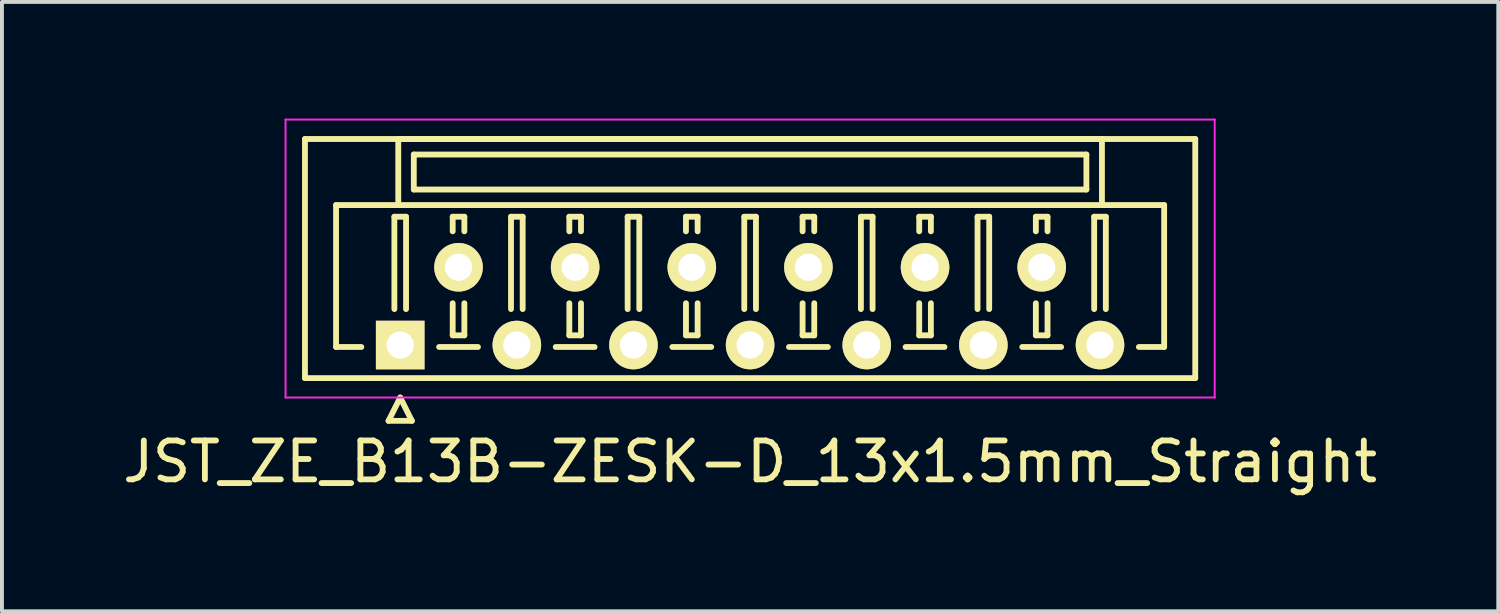
<source format=kicad_pcb>
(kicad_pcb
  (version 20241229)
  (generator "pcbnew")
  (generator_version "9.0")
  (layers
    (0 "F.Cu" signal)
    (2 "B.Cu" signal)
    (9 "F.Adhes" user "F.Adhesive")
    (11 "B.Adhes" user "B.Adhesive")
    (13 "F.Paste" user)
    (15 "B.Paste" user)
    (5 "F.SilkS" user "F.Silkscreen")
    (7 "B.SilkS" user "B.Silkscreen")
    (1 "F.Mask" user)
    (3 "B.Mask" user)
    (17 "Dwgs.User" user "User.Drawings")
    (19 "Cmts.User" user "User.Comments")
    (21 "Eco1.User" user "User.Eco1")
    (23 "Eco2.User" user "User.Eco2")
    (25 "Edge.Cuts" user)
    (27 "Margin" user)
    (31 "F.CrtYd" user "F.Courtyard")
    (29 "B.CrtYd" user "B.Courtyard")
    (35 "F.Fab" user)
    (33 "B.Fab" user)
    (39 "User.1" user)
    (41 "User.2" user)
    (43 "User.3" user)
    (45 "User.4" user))
  (footprint "JST_ZE_B13B-ZESK-D_13x1.5mm_Straight"
    (layer "F.Cu")
    (at 7.244 5.825)
    (property "Reference" "JST_ZE_B13B-ZESK-D_13x1.5mm_Straight" (at 9 3 0) (layer "F.SilkS") (effects (font (size 1 1) (thickness 0.15))))
    (attr through_hole)
    (fp_line (start -2.45 -5.3) (end -2.45 0.85) (stroke (width 0.15) (type solid)) (layer "F.SilkS"))
    (fp_line (start -2.45 0.85) (end 20.45 0.85) (stroke (width 0.15) (type solid)) (layer "F.SilkS"))
    (fp_line (start -1.65 -3.6) (end -1.65 0.05) (stroke (width 0.15) (type solid)) (layer "F.SilkS"))
    (fp_line (start -1.65 0.05) (end -1 0.05) (stroke (width 0.15) (type solid)) (layer "F.SilkS"))
    (fp_line (start -0.3 1.95) (end 0 1.35) (stroke (width 0.15) (type solid)) (layer "F.SilkS"))
    (fp_line (start -0.15 -3.3) (end 0.15 -3.3) (stroke (width 0.15) (type solid)) (layer "F.SilkS"))
    (fp_line (start -0.15 -0.925) (end -0.15 -3.3) (stroke (width 0.15) (type solid)) (layer "F.SilkS"))
    (fp_line (start -0.05 -5.3) (end -0.05 -3.6) (stroke (width 0.15) (type solid)) (layer "F.SilkS"))
    (fp_line (start -0.05 -3.6) (end -1.65 -3.6) (stroke (width 0.15) (type solid)) (layer "F.SilkS"))
    (fp_line (start -0.05 -3.6) (end 18.05 -3.6) (stroke (width 0.15) (type solid)) (layer "F.SilkS"))
    (fp_line (start 0 1.35) (end 0.3 1.95) (stroke (width 0.15) (type solid)) (layer "F.SilkS"))
    (fp_line (start 0.15 -3.3) (end 0.15 -0.925) (stroke (width 0.15) (type solid)) (layer "F.SilkS"))
    (fp_line (start 0.3 1.95) (end -0.3 1.95) (stroke (width 0.15) (type solid)) (layer "F.SilkS"))
    (fp_line (start 0.35 -4.9) (end 0.35 -4) (stroke (width 0.15) (type solid)) (layer "F.SilkS"))
    (fp_line (start 0.35 -4) (end 17.65 -4) (stroke (width 0.15) (type solid)) (layer "F.SilkS"))
    (fp_line (start 1 0.05) (end 2 0.05) (stroke (width 0.15) (type solid)) (layer "F.SilkS"))
    (fp_line (start 1.35 -3.3) (end 1.65 -3.3) (stroke (width 0.15) (type solid)) (layer "F.SilkS"))
    (fp_line (start 1.35 -2.925) (end 1.35 -3.3) (stroke (width 0.15) (type solid)) (layer "F.SilkS"))
    (fp_line (start 1.35 -1.075) (end 1.35 -0.25) (stroke (width 0.15) (type solid)) (layer "F.SilkS"))
    (fp_line (start 1.35 -0.25) (end 1.65 -0.25) (stroke (width 0.15) (type solid)) (layer "F.SilkS"))
    (fp_line (start 1.65 -3.3) (end 1.65 -2.925) (stroke (width 0.15) (type solid)) (layer "F.SilkS"))
    (fp_line (start 1.65 -0.25) (end 1.65 -1.075) (stroke (width 0.15) (type solid)) (layer "F.SilkS"))
    (fp_line (start 2.85 -3.3) (end 3.15 -3.3) (stroke (width 0.15) (type solid)) (layer "F.SilkS"))
    (fp_line (start 2.85 -0.925) (end 2.85 -3.3) (stroke (width 0.15) (type solid)) (layer "F.SilkS"))
    (fp_line (start 3.15 -3.3) (end 3.15 -0.925) (stroke (width 0.15) (type solid)) (layer "F.SilkS"))
    (fp_line (start 4 0.05) (end 5 0.05) (stroke (width 0.15) (type solid)) (layer "F.SilkS"))
    (fp_line (start 4.35 -3.3) (end 4.65 -3.3) (stroke (width 0.15) (type solid)) (layer "F.SilkS"))
    (fp_line (start 4.35 -2.925) (end 4.35 -3.3) (stroke (width 0.15) (type solid)) (layer "F.SilkS"))
    (fp_line (start 4.35 -1.075) (end 4.35 -0.25) (stroke (width 0.15) (type solid)) (layer "F.SilkS"))
    (fp_line (start 4.35 -0.25) (end 4.65 -0.25) (stroke (width 0.15) (type solid)) (layer "F.SilkS"))
    (fp_line (start 4.65 -3.3) (end 4.65 -2.925) (stroke (width 0.15) (type solid)) (layer "F.SilkS"))
    (fp_line (start 4.65 -0.25) (end 4.65 -1.075) (stroke (width 0.15) (type solid)) (layer "F.SilkS"))
    (fp_line (start 5.85 -3.3) (end 6.15 -3.3) (stroke (width 0.15) (type solid)) (layer "F.SilkS"))
    (fp_line (start 5.85 -0.925) (end 5.85 -3.3) (stroke (width 0.15) (type solid)) (layer "F.SilkS"))
    (fp_line (start 6.15 -3.3) (end 6.15 -0.925) (stroke (width 0.15) (type solid)) (layer "F.SilkS"))
    (fp_line (start 7 0.05) (end 8 0.05) (stroke (width 0.15) (type solid)) (layer "F.SilkS"))
    (fp_line (start 7.35 -3.3) (end 7.65 -3.3) (stroke (width 0.15) (type solid)) (layer "F.SilkS"))
    (fp_line (start 7.35 -2.925) (end 7.35 -3.3) (stroke (width 0.15) (type solid)) (layer "F.SilkS"))
    (fp_line (start 7.35 -1.075) (end 7.35 -0.25) (stroke (width 0.15) (type solid)) (layer "F.SilkS"))
    (fp_line (start 7.35 -0.25) (end 7.65 -0.25) (stroke (width 0.15) (type solid)) (layer "F.SilkS"))
    (fp_line (start 7.65 -3.3) (end 7.65 -2.925) (stroke (width 0.15) (type solid)) (layer "F.SilkS"))
    (fp_line (start 7.65 -0.25) (end 7.65 -1.075) (stroke (width 0.15) (type solid)) (layer "F.SilkS"))
    (fp_line (start 8.85 -3.3) (end 9.15 -3.3) (stroke (width 0.15) (type solid)) (layer "F.SilkS"))
    (fp_line (start 8.85 -0.925) (end 8.85 -3.3) (stroke (width 0.15) (type solid)) (layer "F.SilkS"))
    (fp_line (start 9.15 -3.3) (end 9.15 -0.925) (stroke (width 0.15) (type solid)) (layer "F.SilkS"))
    (fp_line (start 10 0.05) (end 11 0.05) (stroke (width 0.15) (type solid)) (layer "F.SilkS"))
    (fp_line (start 10.35 -3.3) (end 10.65 -3.3) (stroke (width 0.15) (type solid)) (layer "F.SilkS"))
    (fp_line (start 10.35 -2.925) (end 10.35 -3.3) (stroke (width 0.15) (type solid)) (layer "F.SilkS"))
    (fp_line (start 10.35 -1.075) (end 10.35 -0.25) (stroke (width 0.15) (type solid)) (layer "F.SilkS"))
    (fp_line (start 10.35 -0.25) (end 10.65 -0.25) (stroke (width 0.15) (type solid)) (layer "F.SilkS"))
    (fp_line (start 10.65 -3.3) (end 10.65 -2.925) (stroke (width 0.15) (type solid)) (layer "F.SilkS"))
    (fp_line (start 10.65 -0.25) (end 10.65 -1.075) (stroke (width 0.15) (type solid)) (layer "F.SilkS"))
    (fp_line (start 11.85 -3.3) (end 12.15 -3.3) (stroke (width 0.15) (type solid)) (layer "F.SilkS"))
    (fp_line (start 11.85 -0.925) (end 11.85 -3.3) (stroke (width 0.15) (type solid)) (layer "F.SilkS"))
    (fp_line (start 12.15 -3.3) (end 12.15 -0.925) (stroke (width 0.15) (type solid)) (layer "F.SilkS"))
    (fp_line (start 13 0.05) (end 14 0.05) (stroke (width 0.15) (type solid)) (layer "F.SilkS"))
    (fp_line (start 13.35 -3.3) (end 13.65 -3.3) (stroke (width 0.15) (type solid)) (layer "F.SilkS"))
    (fp_line (start 13.35 -2.925) (end 13.35 -3.3) (stroke (width 0.15) (type solid)) (layer "F.SilkS"))
    (fp_line (start 13.35 -1.075) (end 13.35 -0.25) (stroke (width 0.15) (type solid)) (layer "F.SilkS"))
    (fp_line (start 13.35 -0.25) (end 13.65 -0.25) (stroke (width 0.15) (type solid)) (layer "F.SilkS"))
    (fp_line (start 13.65 -3.3) (end 13.65 -2.925) (stroke (width 0.15) (type solid)) (layer "F.SilkS"))
    (fp_line (start 13.65 -0.25) (end 13.65 -1.075) (stroke (width 0.15) (type solid)) (layer "F.SilkS"))
    (fp_line (start 14.85 -3.3) (end 15.15 -3.3) (stroke (width 0.15) (type solid)) (layer "F.SilkS"))
    (fp_line (start 14.85 -0.925) (end 14.85 -3.3) (stroke (width 0.15) (type solid)) (layer "F.SilkS"))
    (fp_line (start 15.15 -3.3) (end 15.15 -0.925) (stroke (width 0.15) (type solid)) (layer "F.SilkS"))
    (fp_line (start 16 0.05) (end 17 0.05) (stroke (width 0.15) (type solid)) (layer "F.SilkS"))
    (fp_line (start 16.35 -3.3) (end 16.65 -3.3) (stroke (width 0.15) (type solid)) (layer "F.SilkS"))
    (fp_line (start 16.35 -2.925) (end 16.35 -3.3) (stroke (width 0.15) (type solid)) (layer "F.SilkS"))
    (fp_line (start 16.35 -1.075) (end 16.35 -0.25) (stroke (width 0.15) (type solid)) (layer "F.SilkS"))
    (fp_line (start 16.35 -0.25) (end 16.65 -0.25) (stroke (width 0.15) (type solid)) (layer "F.SilkS"))
    (fp_line (start 16.65 -3.3) (end 16.65 -2.925) (stroke (width 0.15) (type solid)) (layer "F.SilkS"))
    (fp_line (start 16.65 -0.25) (end 16.65 -1.075) (stroke (width 0.15) (type solid)) (layer "F.SilkS"))
    (fp_line (start 17.65 -4.9) (end 0.35 -4.9) (stroke (width 0.15) (type solid)) (layer "F.SilkS"))
    (fp_line (start 17.65 -4) (end 17.65 -4.9) (stroke (width 0.15) (type solid)) (layer "F.SilkS"))
    (fp_line (start 17.85 -3.3) (end 18.15 -3.3) (stroke (width 0.15) (type solid)) (layer "F.SilkS"))
    (fp_line (start 17.85 -0.925) (end 17.85 -3.3) (stroke (width 0.15) (type solid)) (layer "F.SilkS"))
    (fp_line (start 18.05 -5.3) (end -0.05 -5.3) (stroke (width 0.15) (type solid)) (layer "F.SilkS"))
    (fp_line (start 18.05 -3.6) (end 18.05 -5.3) (stroke (width 0.15) (type solid)) (layer "F.SilkS"))
    (fp_line (start 18.05 -3.6) (end 19.65 -3.6) (stroke (width 0.15) (type solid)) (layer "F.SilkS"))
    (fp_line (start 18.15 -3.3) (end 18.15 -0.925) (stroke (width 0.15) (type solid)) (layer "F.SilkS"))
    (fp_line (start 19.65 -3.6) (end 19.65 0.05) (stroke (width 0.15) (type solid)) (layer "F.SilkS"))
    (fp_line (start 19.65 0.05) (end 19 0.05) (stroke (width 0.15) (type solid)) (layer "F.SilkS"))
    (fp_line (start 20.45 -5.3) (end -2.45 -5.3) (stroke (width 0.15) (type solid)) (layer "F.SilkS"))
    (fp_line (start 20.45 0.85) (end 20.45 -5.3) (stroke (width 0.15) (type solid)) (layer "F.SilkS"))
    (fp_line (start -2.95 -5.8) (end -2.95 1.35) (stroke (width 0.05) (type solid)) (layer "F.CrtYd"))
    (fp_line (start -2.95 1.35) (end 20.95 1.35) (stroke (width 0.05) (type solid)) (layer "F.CrtYd"))
    (fp_line (start 20.95 -5.8) (end -2.95 -5.8) (stroke (width 0.05) (type solid)) (layer "F.CrtYd"))
    (fp_line (start 20.95 1.35) (end 20.95 -5.8) (stroke (width 0.05) (type solid)) (layer "F.CrtYd"))
    (pad "1" thru_hole rect (at 0 0) (size 1.25 1.25) (drill 0.7) (layers "*.Cu" "*.Mask" "F.SilkS"))
    (pad "2" thru_hole circle (at 1.5 -2) (size 1.25 1.25) (drill 0.7) (layers "*.Cu" "*.Mask" "F.SilkS"))
    (pad "3" thru_hole circle (at 3 0) (size 1.25 1.25) (drill 0.7) (layers "*.Cu" "*.Mask" "F.SilkS"))
    (pad "4" thru_hole circle (at 4.5 -2) (size 1.25 1.25) (drill 0.7) (layers "*.Cu" "*.Mask" "F.SilkS"))
    (pad "5" thru_hole circle (at 6 0) (size 1.25 1.25) (drill 0.7) (layers "*.Cu" "*.Mask" "F.SilkS"))
    (pad "6" thru_hole circle (at 7.5 -2) (size 1.25 1.25) (drill 0.7) (layers "*.Cu" "*.Mask" "F.SilkS"))
    (pad "7" thru_hole circle (at 9 0) (size 1.25 1.25) (drill 0.7) (layers "*.Cu" "*.Mask" "F.SilkS"))
    (pad "8" thru_hole circle (at 10.5 -2) (size 1.25 1.25) (drill 0.7) (layers "*.Cu" "*.Mask" "F.SilkS"))
    (pad "9" thru_hole circle (at 12 0) (size 1.25 1.25) (drill 0.7) (layers "*.Cu" "*.Mask" "F.SilkS"))
    (pad "10" thru_hole circle (at 13.5 -2) (size 1.25 1.25) (drill 0.7) (layers "*.Cu" "*.Mask" "F.SilkS"))
    (pad "11" thru_hole circle (at 15 0) (size 1.25 1.25) (drill 0.7) (layers "*.Cu" "*.Mask" "F.SilkS"))
    (pad "12" thru_hole circle (at 16.5 -2) (size 1.25 1.25) (drill 0.7) (layers "*.Cu" "*.Mask" "F.SilkS"))
    (pad "13" thru_hole circle (at 18 0) (size 1.25 1.25) (drill 0.7) (layers "*.Cu" "*.Mask" "F.SilkS")))
  (gr_rect
    (start -3 -3)
    (end 35.488 12.673)
    (stroke (width 0.1) (type default))
    (fill no)
    (layer "Edge.Cuts")))
</source>
